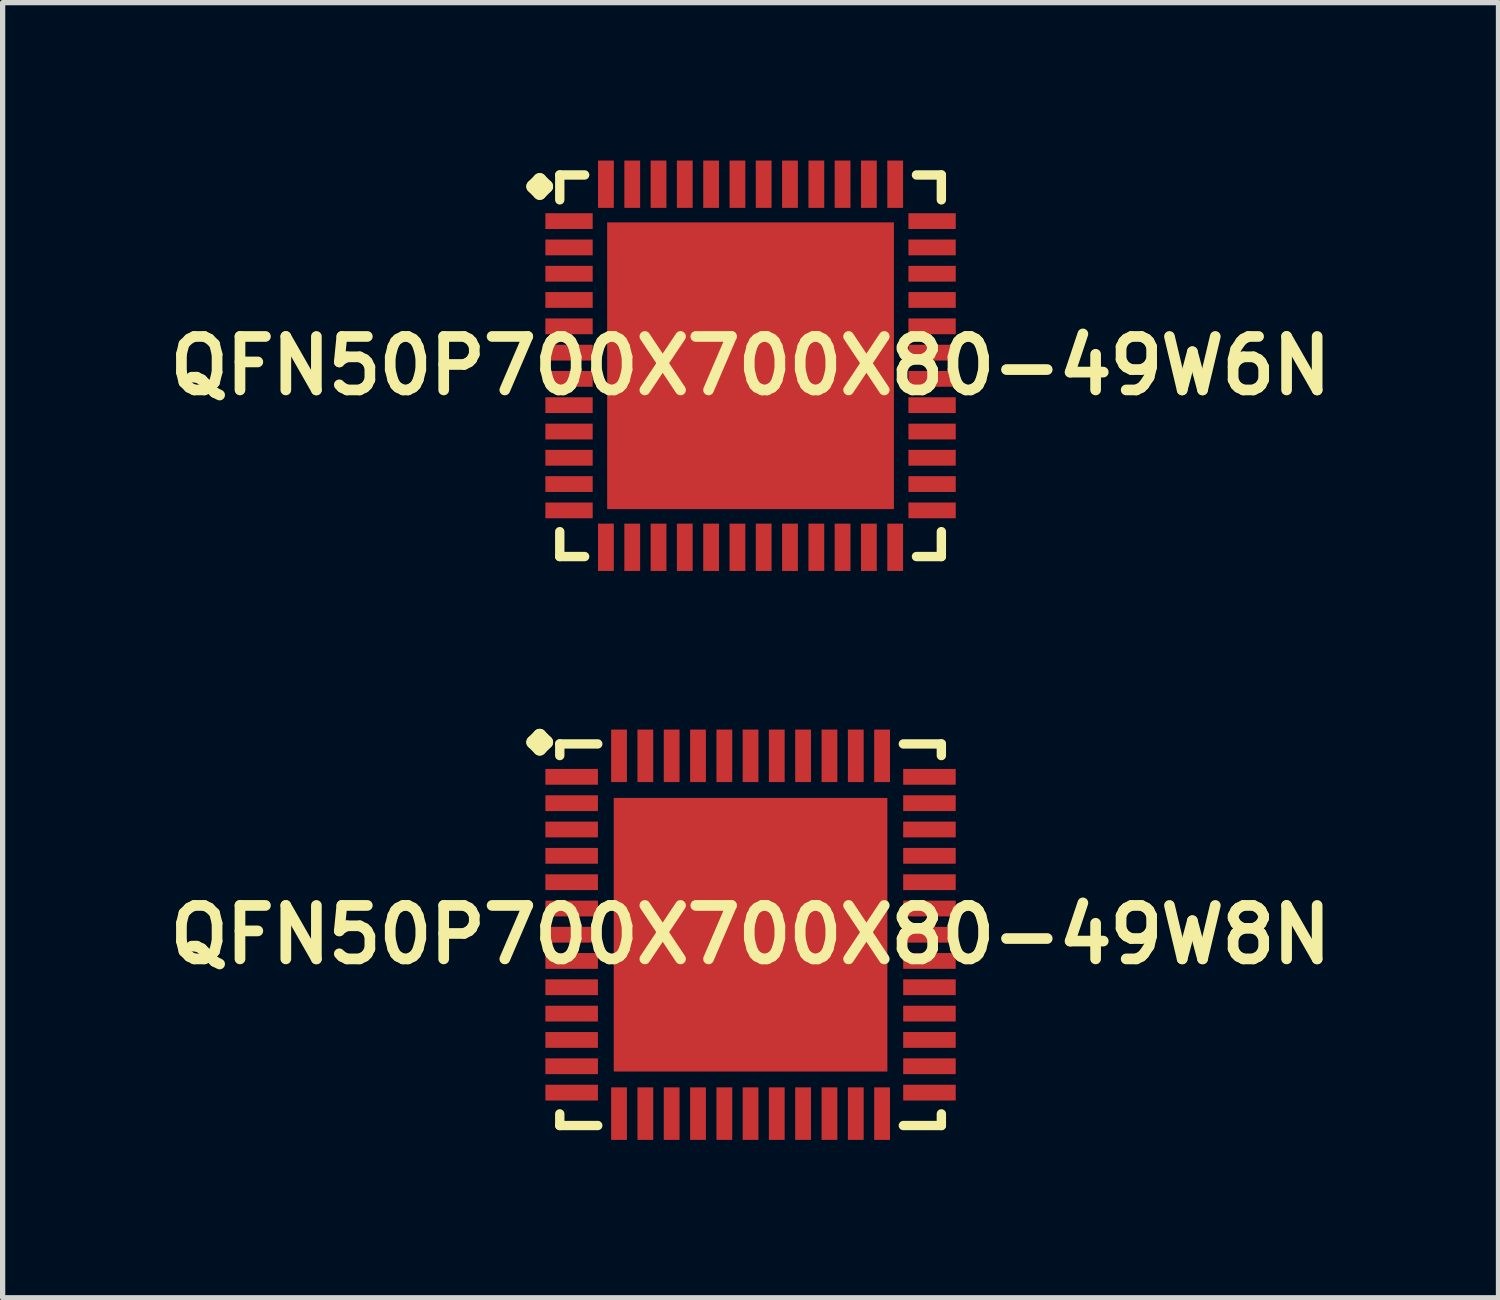
<source format=kicad_pcb>
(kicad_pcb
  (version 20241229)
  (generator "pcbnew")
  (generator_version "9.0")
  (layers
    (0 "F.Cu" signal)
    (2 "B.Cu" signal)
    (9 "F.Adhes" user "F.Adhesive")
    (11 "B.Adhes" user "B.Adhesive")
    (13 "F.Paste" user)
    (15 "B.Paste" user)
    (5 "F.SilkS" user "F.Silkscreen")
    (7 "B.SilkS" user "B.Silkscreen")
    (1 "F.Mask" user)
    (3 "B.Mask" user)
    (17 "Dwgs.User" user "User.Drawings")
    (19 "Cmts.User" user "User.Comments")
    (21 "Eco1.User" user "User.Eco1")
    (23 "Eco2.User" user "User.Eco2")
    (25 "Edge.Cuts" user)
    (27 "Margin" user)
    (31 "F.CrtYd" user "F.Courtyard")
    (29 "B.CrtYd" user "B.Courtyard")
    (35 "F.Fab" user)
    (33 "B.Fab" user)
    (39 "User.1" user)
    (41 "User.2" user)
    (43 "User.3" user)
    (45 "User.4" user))
  (footprint "QFN50P700X700X80-49W6N"
    (layer "F.Cu")
    (at 11.21 3.899)
    (property "Reference" "QFN50P700X700X80-49W6N" (at 0 0 0) (layer "F.SilkS") (effects (font (size 1.016 1.016) (thickness 0.203))))
    (attr smd)
    (fp_line (start -4.133 -3.406) (end -4.006 -3.533) (stroke (width 0.254) (type solid)) (layer "F.SilkS"))
    (fp_line (start -4.006 -3.533) (end -3.879 -3.406) (stroke (width 0.254) (type solid)) (layer "F.SilkS"))
    (fp_line (start -4.006 -3.279) (end -4.133 -3.406) (stroke (width 0.254) (type solid)) (layer "F.SilkS"))
    (fp_line (start -3.879 -3.406) (end -4.006 -3.279) (stroke (width 0.254) (type solid)) (layer "F.SilkS"))
    (fp_line (start -3.625 -3.625) (end -3.152 -3.625) (stroke (width 0.178) (type solid)) (layer "F.SilkS"))
    (fp_line (start -3.625 -3.152) (end -3.625 -3.625) (stroke (width 0.178) (type solid)) (layer "F.SilkS"))
    (fp_line (start -3.625 3.152) (end -3.625 3.625) (stroke (width 0.178) (type solid)) (layer "F.SilkS"))
    (fp_line (start -3.625 3.625) (end -3.152 3.625) (stroke (width 0.178) (type solid)) (layer "F.SilkS"))
    (fp_line (start 3.152 -3.625) (end 3.625 -3.625) (stroke (width 0.178) (type solid)) (layer "F.SilkS"))
    (fp_line (start 3.152 3.625) (end 3.625 3.625) (stroke (width 0.178) (type solid)) (layer "F.SilkS"))
    (fp_line (start 3.625 -3.625) (end 3.625 -3.152) (stroke (width 0.178) (type solid)) (layer "F.SilkS"))
    (fp_line (start 3.625 3.625) (end 3.625 3.152) (stroke (width 0.178) (type solid)) (layer "F.SilkS"))
    (pad "1" smd rect (at -3.449 -2.748) (size 0.899 0.3) (layers "F.Cu" "F.Mask" "F.Paste"))
    (pad "2" smd rect (at -3.449 -2.248) (size 0.899 0.3) (layers "F.Cu" "F.Mask" "F.Paste"))
    (pad "3" smd rect (at -3.449 -1.748) (size 0.899 0.3) (layers "F.Cu" "F.Mask" "F.Paste"))
    (pad "4" smd rect (at -3.449 -1.25) (size 0.899 0.3) (layers "F.Cu" "F.Mask" "F.Paste"))
    (pad "5" smd rect (at -3.449 -0.749) (size 0.899 0.3) (layers "F.Cu" "F.Mask" "F.Paste"))
    (pad "6" smd rect (at -3.449 -0.249) (size 0.899 0.3) (layers "F.Cu" "F.Mask" "F.Paste"))
    (pad "7" smd rect (at -3.449 0.249) (size 0.899 0.3) (layers "F.Cu" "F.Mask" "F.Paste"))
    (pad "8" smd rect (at -3.449 0.749) (size 0.899 0.3) (layers "F.Cu" "F.Mask" "F.Paste"))
    (pad "9" smd rect (at -3.449 1.25) (size 0.899 0.3) (layers "F.Cu" "F.Mask" "F.Paste"))
    (pad "10" smd rect (at -3.449 1.748) (size 0.899 0.3) (layers "F.Cu" "F.Mask" "F.Paste"))
    (pad "11" smd rect (at -3.449 2.248) (size 0.899 0.3) (layers "F.Cu" "F.Mask" "F.Paste"))
    (pad "12" smd rect (at -3.449 2.748) (size 0.899 0.3) (layers "F.Cu" "F.Mask" "F.Paste"))
    (pad "13" smd rect (at -2.748 3.449) (size 0.3 0.899) (layers "F.Cu" "F.Mask" "F.Paste"))
    (pad "14" smd rect (at -2.248 3.449) (size 0.3 0.899) (layers "F.Cu" "F.Mask" "F.Paste"))
    (pad "15" smd rect (at -1.748 3.449) (size 0.3 0.899) (layers "F.Cu" "F.Mask" "F.Paste"))
    (pad "16" smd rect (at -1.25 3.449) (size 0.3 0.899) (layers "F.Cu" "F.Mask" "F.Paste"))
    (pad "17" smd rect (at -0.749 3.449) (size 0.3 0.899) (layers "F.Cu" "F.Mask" "F.Paste"))
    (pad "18" smd rect (at -0.249 3.449) (size 0.3 0.899) (layers "F.Cu" "F.Mask" "F.Paste"))
    (pad "19" smd rect (at 0.249 3.449) (size 0.3 0.899) (layers "F.Cu" "F.Mask" "F.Paste"))
    (pad "20" smd rect (at 0.749 3.449) (size 0.3 0.899) (layers "F.Cu" "F.Mask" "F.Paste"))
    (pad "21" smd rect (at 1.25 3.449) (size 0.3 0.899) (layers "F.Cu" "F.Mask" "F.Paste"))
    (pad "22" smd rect (at 1.748 3.449) (size 0.3 0.899) (layers "F.Cu" "F.Mask" "F.Paste"))
    (pad "23" smd rect (at 2.248 3.449) (size 0.3 0.899) (layers "F.Cu" "F.Mask" "F.Paste"))
    (pad "24" smd rect (at 2.748 3.449) (size 0.3 0.899) (layers "F.Cu" "F.Mask" "F.Paste"))
    (pad "25" smd rect (at 3.449 2.748) (size 0.899 0.3) (layers "F.Cu" "F.Mask" "F.Paste"))
    (pad "26" smd rect (at 3.449 2.248) (size 0.899 0.3) (layers "F.Cu" "F.Mask" "F.Paste"))
    (pad "27" smd rect (at 3.449 1.748) (size 0.899 0.3) (layers "F.Cu" "F.Mask" "F.Paste"))
    (pad "28" smd rect (at 3.449 1.25) (size 0.899 0.3) (layers "F.Cu" "F.Mask" "F.Paste"))
    (pad "29" smd rect (at 3.449 0.749) (size 0.899 0.3) (layers "F.Cu" "F.Mask" "F.Paste"))
    (pad "30" smd rect (at 3.449 0.249) (size 0.899 0.3) (layers "F.Cu" "F.Mask" "F.Paste"))
    (pad "31" smd rect (at 3.449 -0.249) (size 0.899 0.3) (layers "F.Cu" "F.Mask" "F.Paste"))
    (pad "32" smd rect (at 3.449 -0.749) (size 0.899 0.3) (layers "F.Cu" "F.Mask" "F.Paste"))
    (pad "33" smd rect (at 3.449 -1.25) (size 0.899 0.3) (layers "F.Cu" "F.Mask" "F.Paste"))
    (pad "34" smd rect (at 3.449 -1.748) (size 0.899 0.3) (layers "F.Cu" "F.Mask" "F.Paste"))
    (pad "35" smd rect (at 3.449 -2.248) (size 0.899 0.3) (layers "F.Cu" "F.Mask" "F.Paste"))
    (pad "36" smd rect (at 3.449 -2.748) (size 0.899 0.3) (layers "F.Cu" "F.Mask" "F.Paste"))
    (pad "37" smd rect (at 2.748 -3.449) (size 0.3 0.899) (layers "F.Cu" "F.Mask" "F.Paste"))
    (pad "38" smd rect (at 2.248 -3.449) (size 0.3 0.899) (layers "F.Cu" "F.Mask" "F.Paste"))
    (pad "39" smd rect (at 1.748 -3.449) (size 0.3 0.899) (layers "F.Cu" "F.Mask" "F.Paste"))
    (pad "40" smd rect (at 1.25 -3.449) (size 0.3 0.899) (layers "F.Cu" "F.Mask" "F.Paste"))
    (pad "41" smd rect (at 0.749 -3.449) (size 0.3 0.899) (layers "F.Cu" "F.Mask" "F.Paste"))
    (pad "42" smd rect (at 0.249 -3.449) (size 0.3 0.899) (layers "F.Cu" "F.Mask" "F.Paste"))
    (pad "43" smd rect (at -0.249 -3.449) (size 0.3 0.899) (layers "F.Cu" "F.Mask" "F.Paste"))
    (pad "44" smd rect (at -0.749 -3.449) (size 0.3 0.899) (layers "F.Cu" "F.Mask" "F.Paste"))
    (pad "45" smd rect (at -1.25 -3.449) (size 0.3 0.899) (layers "F.Cu" "F.Mask" "F.Paste"))
    (pad "46" smd rect (at -1.748 -3.449) (size 0.3 0.899) (layers "F.Cu" "F.Mask" "F.Paste"))
    (pad "47" smd rect (at -2.248 -3.449) (size 0.3 0.899) (layers "F.Cu" "F.Mask" "F.Paste"))
    (pad "48" smd rect (at -2.748 -3.449) (size 0.3 0.899) (layers "F.Cu" "F.Mask" "F.Paste"))
    (pad "49" smd rect (at 0 0) (size 5.448 5.448) (layers "F.Cu" "F.Mask" "F.Paste")))
  (footprint "QFN50P700X700X80-49W8N"
    (layer "F.Cu")
    (at 11.21 14.709)
    (property "Reference" "QFN50P700X700X80-49W8N" (at 0 0 0) (layer "F.SilkS") (effects (font (size 1.016 1.016) (thickness 0.203))))
    (attr smd)
    (fp_line (start -4.133 -3.658) (end -4.006 -3.785) (stroke (width 0.254) (type solid)) (layer "F.SilkS"))
    (fp_line (start -4.006 -3.785) (end -3.879 -3.658) (stroke (width 0.254) (type solid)) (layer "F.SilkS"))
    (fp_line (start -4.006 -3.531) (end -4.133 -3.658) (stroke (width 0.254) (type solid)) (layer "F.SilkS"))
    (fp_line (start -3.879 -3.658) (end -4.006 -3.531) (stroke (width 0.254) (type solid)) (layer "F.SilkS"))
    (fp_line (start -3.625 -3.625) (end -2.903 -3.625) (stroke (width 0.178) (type solid)) (layer "F.SilkS"))
    (fp_line (start -3.625 -3.404) (end -3.625 -3.625) (stroke (width 0.178) (type solid)) (layer "F.SilkS"))
    (fp_line (start -3.625 3.404) (end -3.625 3.625) (stroke (width 0.178) (type solid)) (layer "F.SilkS"))
    (fp_line (start -3.625 3.625) (end -2.903 3.625) (stroke (width 0.178) (type solid)) (layer "F.SilkS"))
    (fp_line (start 2.903 -3.625) (end 3.625 -3.625) (stroke (width 0.178) (type solid)) (layer "F.SilkS"))
    (fp_line (start 2.903 3.625) (end 3.625 3.625) (stroke (width 0.178) (type solid)) (layer "F.SilkS"))
    (fp_line (start 3.625 -3.625) (end 3.625 -3.404) (stroke (width 0.178) (type solid)) (layer "F.SilkS"))
    (fp_line (start 3.625 3.625) (end 3.625 3.404) (stroke (width 0.178) (type solid)) (layer "F.SilkS"))
    (pad "1" smd rect (at -3.399 -3) (size 0.998 0.3) (layers "F.Cu" "F.Mask" "F.Paste"))
    (pad "2" smd rect (at -3.399 -2.499) (size 0.998 0.3) (layers "F.Cu" "F.Mask" "F.Paste"))
    (pad "3" smd rect (at -3.399 -1.999) (size 0.998 0.3) (layers "F.Cu" "F.Mask" "F.Paste"))
    (pad "4" smd rect (at -3.399 -1.499) (size 0.998 0.3) (layers "F.Cu" "F.Mask" "F.Paste"))
    (pad "5" smd rect (at -3.399 -0.998) (size 0.998 0.3) (layers "F.Cu" "F.Mask" "F.Paste"))
    (pad "6" smd rect (at -3.399 -0.498) (size 0.998 0.3) (layers "F.Cu" "F.Mask" "F.Paste"))
    (pad "7" smd rect (at -3.399 0) (size 0.998 0.3) (layers "F.Cu" "F.Mask" "F.Paste"))
    (pad "8" smd rect (at -3.399 0.498) (size 0.998 0.3) (layers "F.Cu" "F.Mask" "F.Paste"))
    (pad "9" smd rect (at -3.399 0.998) (size 0.998 0.3) (layers "F.Cu" "F.Mask" "F.Paste"))
    (pad "10" smd rect (at -3.399 1.499) (size 0.998 0.3) (layers "F.Cu" "F.Mask" "F.Paste"))
    (pad "11" smd rect (at -3.399 1.999) (size 0.998 0.3) (layers "F.Cu" "F.Mask" "F.Paste"))
    (pad "12" smd rect (at -3.399 2.499) (size 0.998 0.3) (layers "F.Cu" "F.Mask" "F.Paste"))
    (pad "13" smd rect (at -3.399 3) (size 0.998 0.3) (layers "F.Cu" "F.Mask" "F.Paste"))
    (pad "14" smd rect (at -2.499 3.399) (size 0.3 0.998) (layers "F.Cu" "F.Mask" "F.Paste"))
    (pad "15" smd rect (at -1.999 3.399) (size 0.3 0.998) (layers "F.Cu" "F.Mask" "F.Paste"))
    (pad "16" smd rect (at -1.499 3.399) (size 0.3 0.998) (layers "F.Cu" "F.Mask" "F.Paste"))
    (pad "17" smd rect (at -0.998 3.399) (size 0.3 0.998) (layers "F.Cu" "F.Mask" "F.Paste"))
    (pad "18" smd rect (at -0.498 3.399) (size 0.3 0.998) (layers "F.Cu" "F.Mask" "F.Paste"))
    (pad "19" smd rect (at 0 3.399) (size 0.3 0.998) (layers "F.Cu" "F.Mask" "F.Paste"))
    (pad "20" smd rect (at 0.498 3.399) (size 0.3 0.998) (layers "F.Cu" "F.Mask" "F.Paste"))
    (pad "21" smd rect (at 0.998 3.399) (size 0.3 0.998) (layers "F.Cu" "F.Mask" "F.Paste"))
    (pad "22" smd rect (at 1.499 3.399) (size 0.3 0.998) (layers "F.Cu" "F.Mask" "F.Paste"))
    (pad "23" smd rect (at 1.999 3.399) (size 0.3 0.998) (layers "F.Cu" "F.Mask" "F.Paste"))
    (pad "24" smd rect (at 2.499 3.399) (size 0.3 0.998) (layers "F.Cu" "F.Mask" "F.Paste"))
    (pad "25" smd rect (at 3.399 3) (size 0.998 0.3) (layers "F.Cu" "F.Mask" "F.Paste"))
    (pad "26" smd rect (at 3.399 2.499) (size 0.998 0.3) (layers "F.Cu" "F.Mask" "F.Paste"))
    (pad "27" smd rect (at 3.399 1.999) (size 0.998 0.3) (layers "F.Cu" "F.Mask" "F.Paste"))
    (pad "28" smd rect (at 3.399 1.499) (size 0.998 0.3) (layers "F.Cu" "F.Mask" "F.Paste"))
    (pad "29" smd rect (at 3.399 0.998) (size 0.998 0.3) (layers "F.Cu" "F.Mask" "F.Paste"))
    (pad "30" smd rect (at 3.399 0.498) (size 0.998 0.3) (layers "F.Cu" "F.Mask" "F.Paste"))
    (pad "31" smd rect (at 3.399 0) (size 0.998 0.3) (layers "F.Cu" "F.Mask" "F.Paste"))
    (pad "32" smd rect (at 3.399 -0.498) (size 0.998 0.3) (layers "F.Cu" "F.Mask" "F.Paste"))
    (pad "33" smd rect (at 3.399 -0.998) (size 0.998 0.3) (layers "F.Cu" "F.Mask" "F.Paste"))
    (pad "34" smd rect (at 3.399 -1.499) (size 0.998 0.3) (layers "F.Cu" "F.Mask" "F.Paste"))
    (pad "35" smd rect (at 3.399 -1.999) (size 0.998 0.3) (layers "F.Cu" "F.Mask" "F.Paste"))
    (pad "36" smd rect (at 3.399 -2.499) (size 0.998 0.3) (layers "F.Cu" "F.Mask" "F.Paste"))
    (pad "37" smd rect (at 3.399 -3) (size 0.998 0.3) (layers "F.Cu" "F.Mask" "F.Paste"))
    (pad "38" smd rect (at 2.499 -3.399) (size 0.3 0.998) (layers "F.Cu" "F.Mask" "F.Paste"))
    (pad "39" smd rect (at 1.999 -3.399) (size 0.3 0.998) (layers "F.Cu" "F.Mask" "F.Paste"))
    (pad "40" smd rect (at 1.499 -3.399) (size 0.3 0.998) (layers "F.Cu" "F.Mask" "F.Paste"))
    (pad "41" smd rect (at 0.998 -3.399) (size 0.3 0.998) (layers "F.Cu" "F.Mask" "F.Paste"))
    (pad "42" smd rect (at 0.498 -3.399) (size 0.3 0.998) (layers "F.Cu" "F.Mask" "F.Paste"))
    (pad "43" smd rect (at 0 -3.399) (size 0.3 0.998) (layers "F.Cu" "F.Mask" "F.Paste"))
    (pad "44" smd rect (at -0.498 -3.399) (size 0.3 0.998) (layers "F.Cu" "F.Mask" "F.Paste"))
    (pad "45" smd rect (at -0.998 -3.399) (size 0.3 0.998) (layers "F.Cu" "F.Mask" "F.Paste"))
    (pad "46" smd rect (at -1.499 -3.399) (size 0.3 0.998) (layers "F.Cu" "F.Mask" "F.Paste"))
    (pad "47" smd rect (at -1.999 -3.399) (size 0.3 0.998) (layers "F.Cu" "F.Mask" "F.Paste"))
    (pad "48" smd rect (at -2.499 -3.399) (size 0.3 0.998) (layers "F.Cu" "F.Mask" "F.Paste"))
    (pad "49" smd rect (at 0 0) (size 5.199 5.199) (layers "F.Cu" "F.Mask" "F.Paste")))
  (gr_rect
    (start -3 -3)
    (end 25.42 21.607)
    (stroke (width 0.1) (type default))
    (fill no)
    (layer "Edge.Cuts")))
</source>
